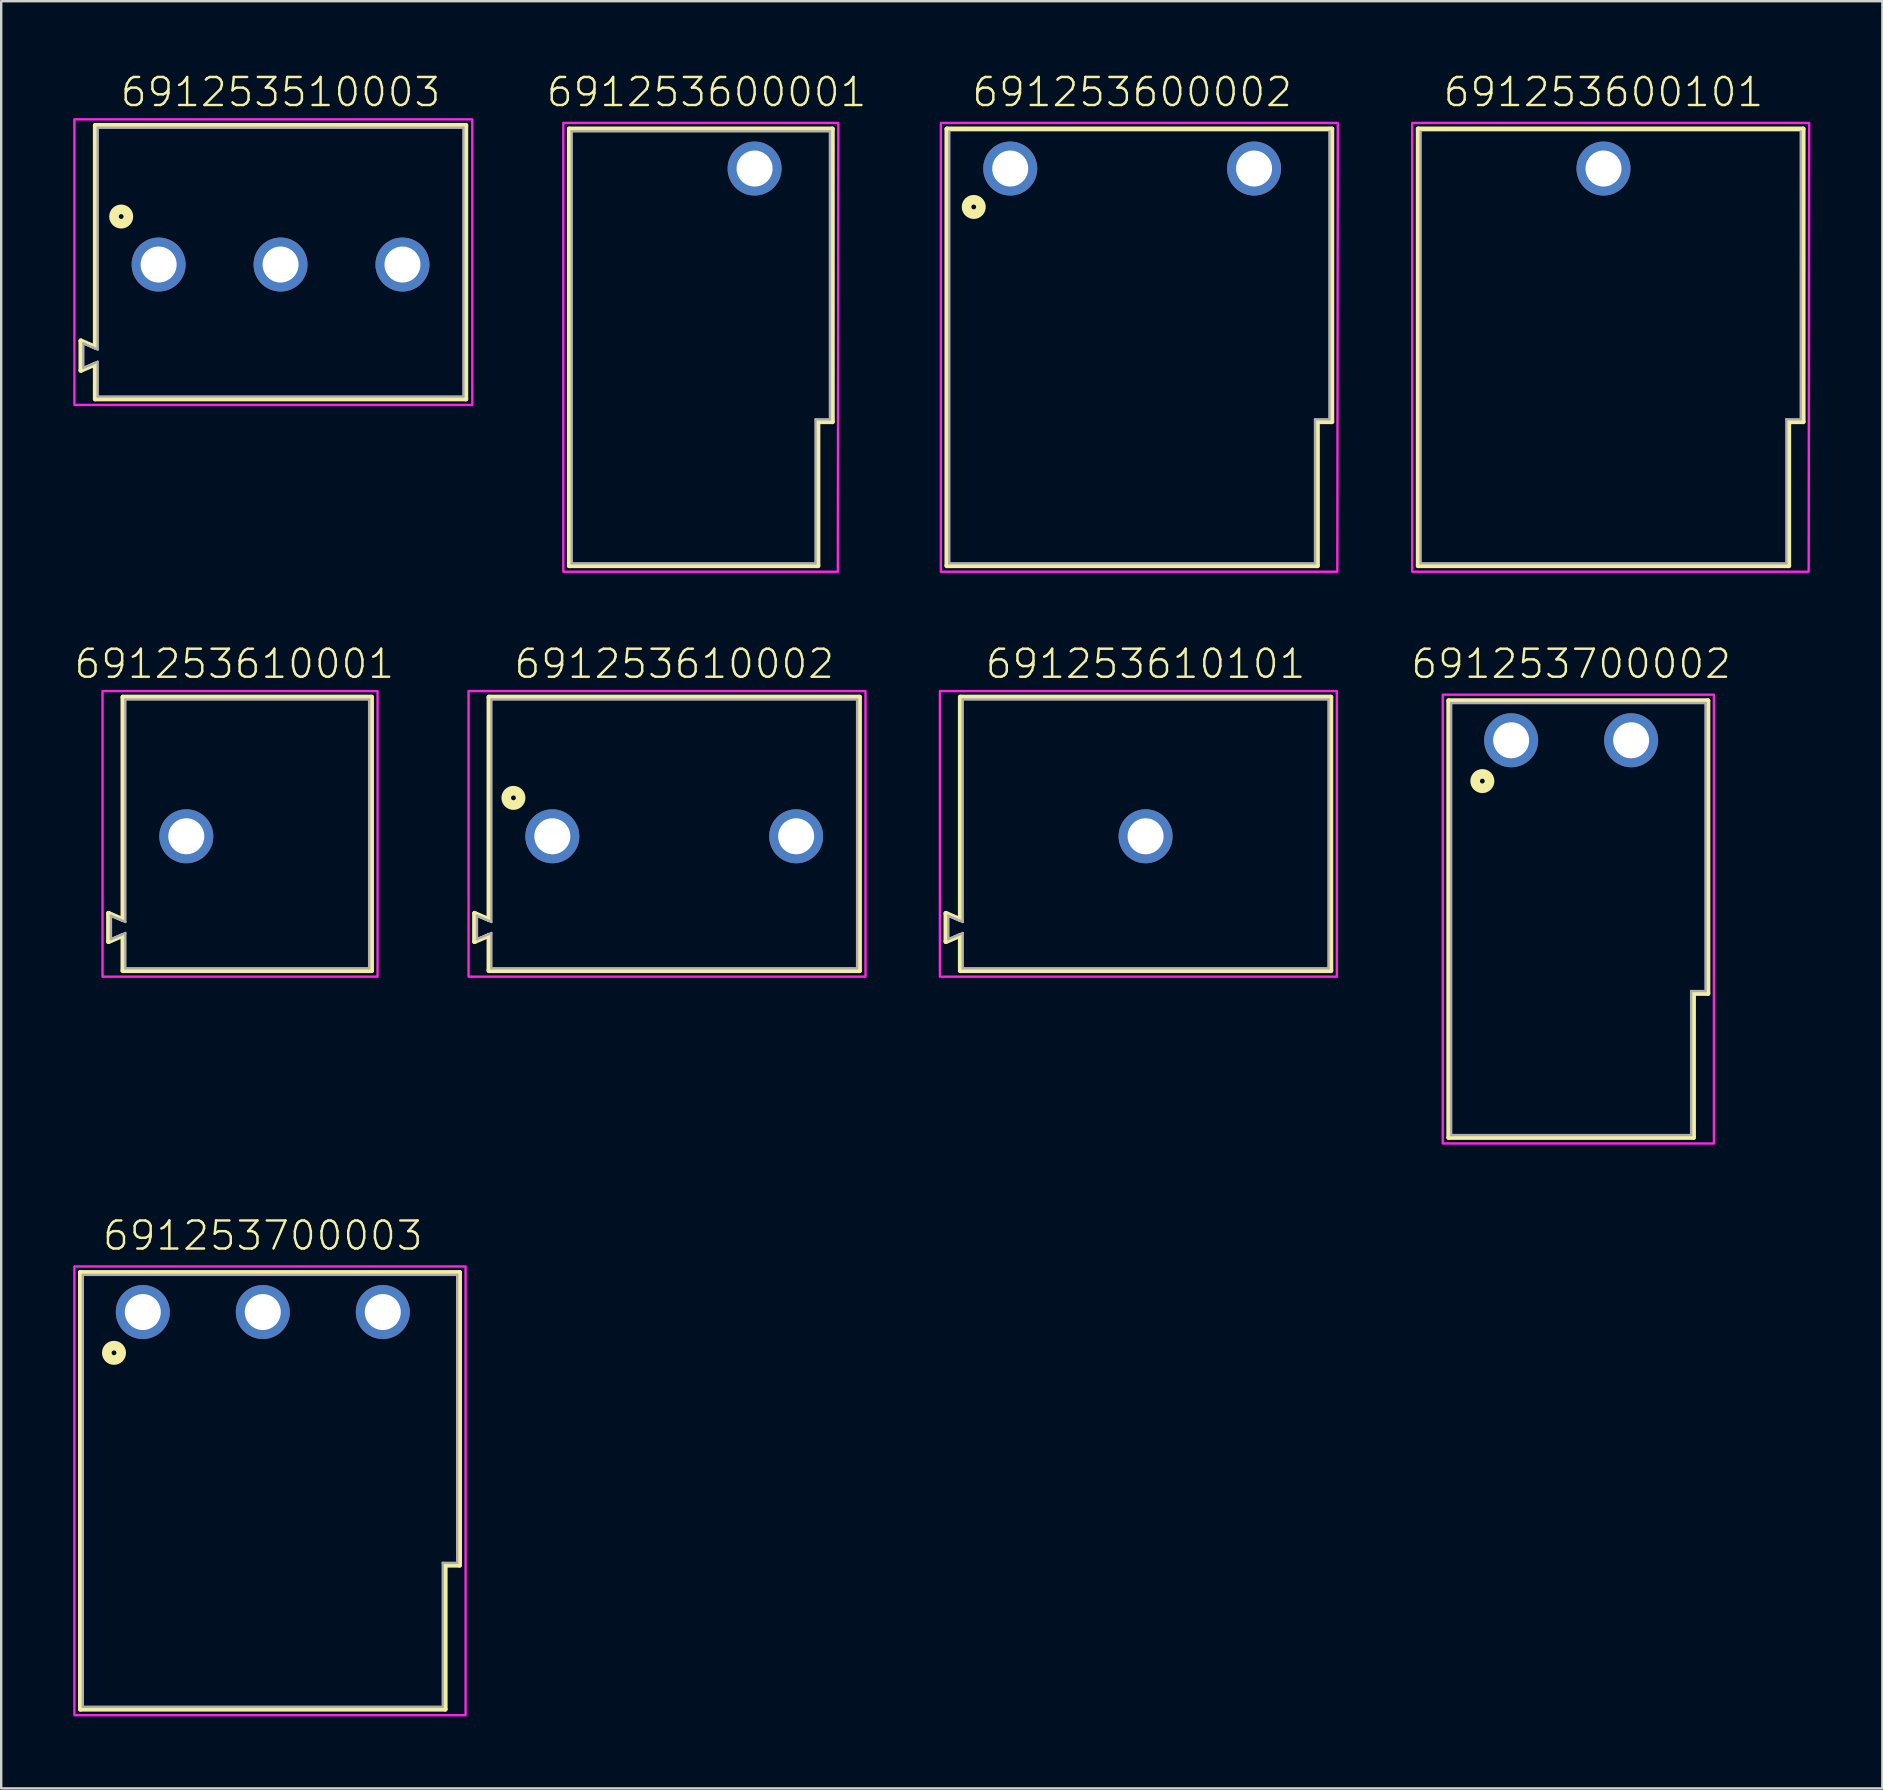
<source format=kicad_pcb>
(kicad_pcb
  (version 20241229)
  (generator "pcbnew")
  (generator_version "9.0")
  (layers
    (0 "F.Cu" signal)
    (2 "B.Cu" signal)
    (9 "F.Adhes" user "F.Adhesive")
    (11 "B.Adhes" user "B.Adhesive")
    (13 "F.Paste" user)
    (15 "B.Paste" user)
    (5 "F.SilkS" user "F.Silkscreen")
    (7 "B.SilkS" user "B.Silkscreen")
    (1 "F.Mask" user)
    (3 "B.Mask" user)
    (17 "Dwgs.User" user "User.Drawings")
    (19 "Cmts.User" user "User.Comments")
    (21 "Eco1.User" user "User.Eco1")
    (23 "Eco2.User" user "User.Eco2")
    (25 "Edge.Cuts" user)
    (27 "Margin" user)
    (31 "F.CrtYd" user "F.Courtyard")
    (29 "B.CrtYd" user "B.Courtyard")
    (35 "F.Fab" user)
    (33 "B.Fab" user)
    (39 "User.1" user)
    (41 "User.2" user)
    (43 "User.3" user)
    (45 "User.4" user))
  (footprint "691253700002"
    (layer "F.Cu")
    (at 62.416 27.796)
    (property "Reference" "691253700002" (at 0 -2.5 0) (unlocked yes) (layer "F.SilkS") (effects (font (size 1.168 1.168) (thickness 0.102)) (justify bottom)))
    (fp_line (start -5.1 -1.65) (end 5.7 -1.65) (stroke (width 0.2) (type solid)) (layer "F.SilkS"))
    (fp_line (start -5.1 16.55) (end -5.1 -1.65) (stroke (width 0.2) (type solid)) (layer "F.SilkS"))
    (fp_line (start 5.1 10.55) (end 5.1 16.55) (stroke (width 0.2) (type solid)) (layer "F.SilkS"))
    (fp_line (start 5.1 16.55) (end -5.1 16.55) (stroke (width 0.2) (type solid)) (layer "F.SilkS"))
    (fp_line (start 5.7 -1.65) (end 5.7 10.55) (stroke (width 0.2) (type solid)) (layer "F.SilkS"))
    (fp_line (start 5.7 10.55) (end 5.1 10.55) (stroke (width 0.2) (type solid)) (layer "F.SilkS"))
    (fp_circle (center -3.7 1.7) (end -3.6 1.7) (stroke (width 0.4) (type solid)) (fill no) (layer "F.SilkS"))
    (fp_poly (pts (xy 5.95 16.8) (xy -5.35 16.8) (xy -5.35 -1.9) (xy 5.95 -1.9)) (stroke (width 0.1) (type default)) (fill no) (layer "F.CrtYd"))
    (fp_line (start -5 16.45) (end -5 -1.55) (stroke (width 0.1) (type solid)) (layer "F.Fab"))
    (fp_line (start 5 10.45) (end 5.6 10.45) (stroke (width 0.1) (type solid)) (layer "F.Fab"))
    (fp_line (start 5 16.45) (end -5 16.45) (stroke (width 0.1) (type solid)) (layer "F.Fab"))
    (fp_line (start 5 16.45) (end 5 10.45) (stroke (width 0.1) (type solid)) (layer "F.Fab"))
    (fp_line (start 5.6 -1.55) (end -5 -1.55) (stroke (width 0.1) (type solid)) (layer "F.Fab"))
    (fp_line (start 5.6 -1.55) (end 5.6 10.45) (stroke (width 0.1) (type solid)) (layer "F.Fab"))
    (pad "1" thru_hole circle (at -2.5 0 180) (size 2.25 2.25) (drill 1.5) (layers "*.Cu" "*.Mask"))
    (pad "2" thru_hole circle (at 2.5 0 180) (size 2.25 2.25) (drill 1.5) (layers "*.Cu" "*.Mask")))
  (footprint "691253600101"
    (layer "F.Cu")
    (at 63.764 3.973)
    (property "Reference" "691253600101" (at 0 -2.5 0) (unlocked yes) (layer "F.SilkS") (effects (font (size 1.168 1.168) (thickness 0.102)) (justify bottom)))
    (fp_line (start -7.72 -1.65) (end 8.32 -1.65) (stroke (width 0.2) (type solid)) (layer "F.SilkS"))
    (fp_line (start -7.72 16.55) (end -7.72 -1.65) (stroke (width 0.2) (type solid)) (layer "F.SilkS"))
    (fp_line (start 7.72 10.55) (end 7.72 16.55) (stroke (width 0.2) (type solid)) (layer "F.SilkS"))
    (fp_line (start 7.72 16.55) (end -7.72 16.55) (stroke (width 0.2) (type solid)) (layer "F.SilkS"))
    (fp_line (start 8.32 -1.65) (end 8.32 10.55) (stroke (width 0.2) (type solid)) (layer "F.SilkS"))
    (fp_line (start 8.32 10.55) (end 7.72 10.55) (stroke (width 0.2) (type solid)) (layer "F.SilkS"))
    (fp_poly (pts (xy 8.55 16.8) (xy -7.97 16.8) (xy -7.97 -1.9) (xy 8.57 -1.9)) (stroke (width 0.1) (type default)) (fill no) (layer "F.CrtYd"))
    (fp_line (start -7.62 16.45) (end -7.62 -1.55) (stroke (width 0.1) (type solid)) (layer "F.Fab"))
    (fp_line (start 7.62 10.45) (end 8.22 10.45) (stroke (width 0.1) (type solid)) (layer "F.Fab"))
    (fp_line (start 7.62 16.45) (end -7.62 16.45) (stroke (width 0.1) (type solid)) (layer "F.Fab"))
    (fp_line (start 7.62 16.45) (end 7.62 10.45) (stroke (width 0.1) (type solid)) (layer "F.Fab"))
    (fp_line (start 8.22 10.45) (end 8.22 -1.55) (stroke (width 0.1) (type solid)) (layer "F.Fab"))
    (pad "1" thru_hole circle (at 0 0 180) (size 2.25 2.25) (drill 1.5) (layers "*.Cu" "*.Mask")))
  (footprint "691253510003"
    (layer "F.Cu")
    (at 8.64 7.973)
    (property "Reference" "691253510003" (at 0 -6.5 0) (unlocked yes) (layer "F.SilkS") (effects (font (size 1.168 1.168) (thickness 0.102)) (justify bottom)))
    (fp_line (start -8.32 3.18) (end -7.72 3.44) (stroke (width 0.2) (type solid)) (layer "F.SilkS"))
    (fp_line (start -8.32 4.41) (end -8.32 3.18) (stroke (width 0.2) (type solid)) (layer "F.SilkS"))
    (fp_line (start -7.72 -5.8) (end 7.72 -5.8) (stroke (width 0.2) (type solid)) (layer "F.SilkS"))
    (fp_line (start -7.72 3.44) (end -7.72 -5.8) (stroke (width 0.2) (type solid)) (layer "F.SilkS"))
    (fp_line (start -7.72 4.15) (end -8.32 4.41) (stroke (width 0.2) (type solid)) (layer "F.SilkS"))
    (fp_line (start -7.72 5.6) (end -7.72 4.15) (stroke (width 0.2) (type solid)) (layer "F.SilkS"))
    (fp_line (start 7.72 -5.8) (end 7.72 5.6) (stroke (width 0.2) (type solid)) (layer "F.SilkS"))
    (fp_line (start 7.72 5.6) (end -7.72 5.6) (stroke (width 0.2) (type solid)) (layer "F.SilkS"))
    (fp_circle (center -6.64 -2) (end -6.54 -2) (stroke (width 0.4) (type solid)) (fill no) (layer "F.SilkS"))
    (fp_poly (pts (xy 7.99 5.85) (xy -8.59 5.85) (xy -8.59 -6.05) (xy 7.99 -6.05)) (stroke (width 0.1) (type default)) (fill no) (layer "F.CrtYd"))
    (fp_line (start -8.22 3.28) (end -8.22 4.31) (stroke (width 0.1) (type solid)) (layer "F.Fab"))
    (fp_line (start -8.22 3.28) (end -7.62 3.54) (stroke (width 0.1) (type solid)) (layer "F.Fab"))
    (fp_line (start -8.22 4.31) (end -7.62 4.05) (stroke (width 0.1) (type solid)) (layer "F.Fab"))
    (fp_line (start -7.62 -5.7) (end -7.62 3.54) (stroke (width 0.1) (type solid)) (layer "F.Fab"))
    (fp_line (start -7.62 -5.7) (end 7.62 -5.7) (stroke (width 0.1) (type solid)) (layer "F.Fab"))
    (fp_line (start -7.62 4.05) (end -7.62 5.5) (stroke (width 0.1) (type solid)) (layer "F.Fab"))
    (fp_line (start -7.62 5.5) (end 7.62 5.5) (stroke (width 0.1) (type solid)) (layer "F.Fab"))
    (fp_line (start 7.62 -5.7) (end 7.62 5.5) (stroke (width 0.1) (type solid)) (layer "F.Fab"))
    (pad "1" thru_hole circle (at -5.08 0) (size 2.25 2.25) (drill 1.5) (layers "*.Cu" "*.Mask"))
    (pad "2" thru_hole circle (at 0 0) (size 2.25 2.25) (drill 1.5) (layers "*.Cu" "*.Mask"))
    (pad "3" thru_hole circle (at 5.08 0) (size 2.25 2.25) (drill 1.5) (layers "*.Cu" "*.Mask")))
  (footprint "691253610001"
    (layer "F.Cu")
    (at 4.712 31.796)
    (property "Reference" "691253610001" (at 2 -6.5 0) (unlocked yes) (layer "F.SilkS") (effects (font (size 1.168 1.168) (thickness 0.102)) (justify bottom)))
    (fp_line (start -3.24 3.21) (end -2.64 3.47) (stroke (width 0.2) (type solid)) (layer "F.SilkS"))
    (fp_line (start -3.24 4.39) (end -3.24 3.21) (stroke (width 0.2) (type solid)) (layer "F.SilkS"))
    (fp_line (start -2.64 -5.8) (end 7.72 -5.8) (stroke (width 0.2) (type solid)) (layer "F.SilkS"))
    (fp_line (start -2.64 3.47) (end -2.64 -5.8) (stroke (width 0.2) (type solid)) (layer "F.SilkS"))
    (fp_line (start -2.64 4.131) (end -3.24 4.39) (stroke (width 0.2) (type solid)) (layer "F.SilkS"))
    (fp_line (start -2.64 5.6) (end -2.64 4.131) (stroke (width 0.2) (type solid)) (layer "F.SilkS"))
    (fp_line (start 7.72 -5.8) (end 7.72 5.6) (stroke (width 0.2) (type solid)) (layer "F.SilkS"))
    (fp_line (start 7.72 5.6) (end -2.64 5.6) (stroke (width 0.2) (type solid)) (layer "F.SilkS"))
    (fp_poly (pts (xy 7.97 5.85) (xy -3.49 5.85) (xy -3.49 -6.05) (xy 7.97 -6.05)) (stroke (width 0.1) (type default)) (fill no) (layer "F.CrtYd"))
    (fp_line (start -3.14 3.31) (end -3.14 4.29) (stroke (width 0.1) (type solid)) (layer "F.Fab"))
    (fp_line (start -3.14 3.31) (end -2.54 3.57) (stroke (width 0.1) (type solid)) (layer "F.Fab"))
    (fp_line (start -3.14 4.29) (end -2.54 4.031) (stroke (width 0.1) (type solid)) (layer "F.Fab"))
    (fp_line (start -2.54 -5.7) (end -2.54 3.57) (stroke (width 0.1) (type solid)) (layer "F.Fab"))
    (fp_line (start -2.54 -5.7) (end 7.62 -5.7) (stroke (width 0.1) (type solid)) (layer "F.Fab"))
    (fp_line (start -2.54 4.031) (end -2.54 5.5) (stroke (width 0.1) (type solid)) (layer "F.Fab"))
    (fp_line (start -2.54 5.5) (end 7.62 5.5) (stroke (width 0.1) (type solid)) (layer "F.Fab"))
    (fp_line (start 7.62 -5.7) (end 7.62 5.5) (stroke (width 0.1) (type solid)) (layer "F.Fab"))
    (pad "1" thru_hole circle (at 0 0) (size 2.25 2.25) (drill 1.5) (layers "*.Cu" "*.Mask")))
  (footprint "691253600001"
    (layer "F.Cu")
    (at 28.392 3.973)
    (property "Reference" "691253600001" (at -2 -2.5 0) (unlocked yes) (layer "F.SilkS") (effects (font (size 1.168 1.168) (thickness 0.102)) (justify bottom)))
    (fp_line (start -7.72 -1.65) (end 3.24 -1.65) (stroke (width 0.2) (type solid)) (layer "F.SilkS"))
    (fp_line (start -7.72 16.55) (end -7.72 -1.65) (stroke (width 0.2) (type solid)) (layer "F.SilkS"))
    (fp_line (start 2.64 10.55) (end 2.64 16.55) (stroke (width 0.2) (type solid)) (layer "F.SilkS"))
    (fp_line (start 2.64 16.55) (end -7.72 16.55) (stroke (width 0.2) (type solid)) (layer "F.SilkS"))
    (fp_line (start 3.24 -1.65) (end 3.24 10.55) (stroke (width 0.2) (type solid)) (layer "F.SilkS"))
    (fp_line (start 3.24 10.55) (end 2.64 10.55) (stroke (width 0.2) (type solid)) (layer "F.SilkS"))
    (fp_poly (pts (xy 3.47 16.8) (xy -7.97 16.8) (xy -7.97 -1.9) (xy 3.49 -1.9)) (stroke (width 0.1) (type default)) (fill no) (layer "F.CrtYd"))
    (fp_line (start -7.62 16.45) (end -7.62 -1.55) (stroke (width 0.1) (type solid)) (layer "F.Fab"))
    (fp_line (start 2.54 10.45) (end 3.14 10.45) (stroke (width 0.1) (type solid)) (layer "F.Fab"))
    (fp_line (start 2.54 16.45) (end -7.62 16.45) (stroke (width 0.1) (type solid)) (layer "F.Fab"))
    (fp_line (start 2.54 16.45) (end 2.54 10.45) (stroke (width 0.1) (type solid)) (layer "F.Fab"))
    (fp_line (start 3.14 -1.55) (end -7.62 -1.55) (stroke (width 0.1) (type solid)) (layer "F.Fab"))
    (fp_line (start 3.14 10.45) (end 3.14 -1.55) (stroke (width 0.1) (type solid)) (layer "F.Fab"))
    (pad "1" thru_hole circle (at 0 0 180) (size 2.25 2.25) (drill 1.5) (layers "*.Cu" "*.Mask")))
  (footprint "691253610101"
    (layer "F.Cu")
    (at 44.684 31.796)
    (property "Reference" "691253610101" (at 0 -6.5 0) (unlocked yes) (layer "F.SilkS") (effects (font (size 1.168 1.168) (thickness 0.102)) (justify bottom)))
    (fp_line (start -8.32 3.21) (end -7.72 3.47) (stroke (width 0.2) (type solid)) (layer "F.SilkS"))
    (fp_line (start -8.32 4.39) (end -8.32 3.21) (stroke (width 0.2) (type solid)) (layer "F.SilkS"))
    (fp_line (start -7.72 -5.8) (end 7.72 -5.8) (stroke (width 0.2) (type solid)) (layer "F.SilkS"))
    (fp_line (start -7.72 3.47) (end -7.72 -5.8) (stroke (width 0.2) (type solid)) (layer "F.SilkS"))
    (fp_line (start -7.72 4.131) (end -8.32 4.39) (stroke (width 0.2) (type solid)) (layer "F.SilkS"))
    (fp_line (start -7.72 5.6) (end -7.72 4.131) (stroke (width 0.2) (type solid)) (layer "F.SilkS"))
    (fp_line (start 7.72 -5.8) (end 7.72 5.6) (stroke (width 0.2) (type solid)) (layer "F.SilkS"))
    (fp_line (start 7.72 5.6) (end -7.72 5.6) (stroke (width 0.2) (type solid)) (layer "F.SilkS"))
    (fp_poly (pts (xy 7.97 5.85) (xy -8.57 5.85) (xy -8.57 -6.05) (xy 7.97 -6.05)) (stroke (width 0.1) (type default)) (fill no) (layer "F.CrtYd"))
    (fp_line (start -8.22 3.31) (end -8.22 4.29) (stroke (width 0.1) (type solid)) (layer "F.Fab"))
    (fp_line (start -8.22 3.31) (end -7.62 3.57) (stroke (width 0.1) (type solid)) (layer "F.Fab"))
    (fp_line (start -8.22 4.29) (end -7.62 4.031) (stroke (width 0.1) (type solid)) (layer "F.Fab"))
    (fp_line (start -7.62 -5.7) (end -7.62 3.57) (stroke (width 0.1) (type solid)) (layer "F.Fab"))
    (fp_line (start -7.62 -5.7) (end 7.62 -5.7) (stroke (width 0.1) (type solid)) (layer "F.Fab"))
    (fp_line (start -7.62 4.031) (end -7.62 5.5) (stroke (width 0.1) (type solid)) (layer "F.Fab"))
    (fp_line (start -7.62 5.5) (end 7.62 5.5) (stroke (width 0.1) (type solid)) (layer "F.Fab"))
    (fp_line (start 7.62 -5.7) (end 7.62 5.5) (stroke (width 0.1) (type solid)) (layer "F.Fab"))
    (pad "1" thru_hole circle (at 0 0) (size 2.25 2.25) (drill 1.5) (layers "*.Cu" "*.Mask")))
  (footprint "691253600002"
    (layer "F.Cu")
    (at 44.124 3.973)
    (property "Reference" "691253600002" (at 0 -2.5 0) (unlocked yes) (layer "F.SilkS") (effects (font (size 1.168 1.168) (thickness 0.102)) (justify bottom)))
    (fp_line (start -7.72 -1.65) (end 8.32 -1.65) (stroke (width 0.2) (type solid)) (layer "F.SilkS"))
    (fp_line (start -7.72 16.55) (end -7.72 -1.65) (stroke (width 0.2) (type solid)) (layer "F.SilkS"))
    (fp_line (start 7.72 10.55) (end 7.72 16.55) (stroke (width 0.2) (type solid)) (layer "F.SilkS"))
    (fp_line (start 7.72 16.55) (end -7.72 16.55) (stroke (width 0.2) (type solid)) (layer "F.SilkS"))
    (fp_line (start 8.32 -1.65) (end 8.32 10.55) (stroke (width 0.2) (type solid)) (layer "F.SilkS"))
    (fp_line (start 8.32 10.55) (end 7.72 10.55) (stroke (width 0.2) (type solid)) (layer "F.SilkS"))
    (fp_circle (center -6.6 1.6) (end -6.5 1.6) (stroke (width 0.4) (type solid)) (fill no) (layer "F.SilkS"))
    (fp_poly (pts (xy 8.55 16.8) (xy -7.97 16.8) (xy -7.97 -1.9) (xy 8.57 -1.9)) (stroke (width 0.1) (type default)) (fill no) (layer "F.CrtYd"))
    (fp_line (start -7.62 16.45) (end -7.62 -1.55) (stroke (width 0.1) (type solid)) (layer "F.Fab"))
    (fp_line (start 7.62 10.45) (end 8.22 10.45) (stroke (width 0.1) (type solid)) (layer "F.Fab"))
    (fp_line (start 7.62 16.45) (end -7.62 16.45) (stroke (width 0.1) (type solid)) (layer "F.Fab"))
    (fp_line (start 7.62 16.45) (end 7.62 10.45) (stroke (width 0.1) (type solid)) (layer "F.Fab"))
    (fp_line (start 8.22 10.45) (end 8.22 -1.55) (stroke (width 0.1) (type solid)) (layer "F.Fab"))
    (pad "1" thru_hole circle (at -5.08 0 180) (size 2.25 2.25) (drill 1.5) (layers "*.Cu" "*.Mask"))
    (pad "2" thru_hole circle (at 5.08 0 180) (size 2.25 2.25) (drill 1.5) (layers "*.Cu" "*.Mask")))
  (footprint "691253610002"
    (layer "F.Cu")
    (at 25.044 31.796)
    (property "Reference" "691253610002" (at 0 -6.5 0) (unlocked yes) (layer "F.SilkS") (effects (font (size 1.168 1.168) (thickness 0.102)) (justify bottom)))
    (fp_line (start -8.32 3.21) (end -7.72 3.47) (stroke (width 0.2) (type solid)) (layer "F.SilkS"))
    (fp_line (start -8.32 4.39) (end -8.32 3.21) (stroke (width 0.2) (type solid)) (layer "F.SilkS"))
    (fp_line (start -7.72 -5.8) (end 7.72 -5.8) (stroke (width 0.2) (type solid)) (layer "F.SilkS"))
    (fp_line (start -7.72 3.47) (end -7.72 -5.8) (stroke (width 0.2) (type solid)) (layer "F.SilkS"))
    (fp_line (start -7.72 4.131) (end -8.32 4.39) (stroke (width 0.2) (type solid)) (layer "F.SilkS"))
    (fp_line (start -7.72 5.6) (end -7.72 4.131) (stroke (width 0.2) (type solid)) (layer "F.SilkS"))
    (fp_line (start 7.72 -5.8) (end 7.72 5.6) (stroke (width 0.2) (type solid)) (layer "F.SilkS"))
    (fp_line (start 7.72 5.6) (end -7.72 5.6) (stroke (width 0.2) (type solid)) (layer "F.SilkS"))
    (fp_circle (center -6.7 -1.6) (end -6.6 -1.6) (stroke (width 0.4) (type solid)) (fill no) (layer "F.SilkS"))
    (fp_poly (pts (xy 7.97 5.85) (xy -8.57 5.85) (xy -8.57 -6.05) (xy 7.97 -6.05)) (stroke (width 0.1) (type default)) (fill no) (layer "F.CrtYd"))
    (fp_line (start -8.22 3.31) (end -8.22 4.29) (stroke (width 0.1) (type solid)) (layer "F.Fab"))
    (fp_line (start -8.22 3.31) (end -7.62 3.57) (stroke (width 0.1) (type solid)) (layer "F.Fab"))
    (fp_line (start -8.22 4.29) (end -7.62 4.031) (stroke (width 0.1) (type solid)) (layer "F.Fab"))
    (fp_line (start -7.62 -5.7) (end -7.62 3.57) (stroke (width 0.1) (type solid)) (layer "F.Fab"))
    (fp_line (start -7.62 -5.7) (end 7.62 -5.7) (stroke (width 0.1) (type solid)) (layer "F.Fab"))
    (fp_line (start -7.62 4.031) (end -7.62 5.5) (stroke (width 0.1) (type solid)) (layer "F.Fab"))
    (fp_line (start -7.62 5.5) (end 7.62 5.5) (stroke (width 0.1) (type solid)) (layer "F.Fab"))
    (fp_line (start 7.62 -5.7) (end 7.62 5.5) (stroke (width 0.1) (type solid)) (layer "F.Fab"))
    (pad "1" thru_hole circle (at -5.08 0) (size 2.25 2.25) (drill 1.5) (layers "*.Cu" "*.Mask"))
    (pad "2" thru_hole circle (at 5.08 0) (size 2.25 2.25) (drill 1.5) (layers "*.Cu" "*.Mask")))
  (footprint "691253700003"
    (layer "F.Cu")
    (at 7.9 51.62)
    (property "Reference" "691253700003" (at 0 -2.5 0) (unlocked yes) (layer "F.SilkS") (effects (font (size 1.168 1.168) (thickness 0.102)) (justify bottom)))
    (fp_line (start -7.6 -1.65) (end 8.2 -1.65) (stroke (width 0.2) (type solid)) (layer "F.SilkS"))
    (fp_line (start -7.6 16.55) (end -7.6 -1.65) (stroke (width 0.2) (type solid)) (layer "F.SilkS"))
    (fp_line (start 7.6 10.55) (end 7.6 16.55) (stroke (width 0.2) (type solid)) (layer "F.SilkS"))
    (fp_line (start 7.6 16.55) (end -7.6 16.55) (stroke (width 0.2) (type solid)) (layer "F.SilkS"))
    (fp_line (start 8.2 -1.65) (end 8.2 10.55) (stroke (width 0.2) (type solid)) (layer "F.SilkS"))
    (fp_line (start 8.2 10.55) (end 7.6 10.55) (stroke (width 0.2) (type solid)) (layer "F.SilkS"))
    (fp_circle (center -6.2 1.7) (end -6.1 1.7) (stroke (width 0.4) (type solid)) (fill no) (layer "F.SilkS"))
    (fp_poly (pts (xy 8.45 16.8) (xy -7.85 16.8) (xy -7.85 -1.9) (xy 8.45 -1.9)) (stroke (width 0.1) (type default)) (fill no) (layer "F.CrtYd"))
    (fp_line (start -7.5 16.45) (end -7.5 -1.55) (stroke (width 0.1) (type solid)) (layer "F.Fab"))
    (fp_line (start 7.5 10.45) (end 8.1 10.45) (stroke (width 0.1) (type solid)) (layer "F.Fab"))
    (fp_line (start 7.5 16.45) (end -7.5 16.45) (stroke (width 0.1) (type solid)) (layer "F.Fab"))
    (fp_line (start 7.5 16.45) (end 7.5 10.45) (stroke (width 0.1) (type solid)) (layer "F.Fab"))
    (fp_line (start 8.1 -1.55) (end -7.5 -1.55) (stroke (width 0.1) (type solid)) (layer "F.Fab"))
    (fp_line (start 8.1 -1.55) (end 8.1 10.45) (stroke (width 0.1) (type solid)) (layer "F.Fab"))
    (pad "1" thru_hole circle (at -5 0 180) (size 2.25 2.25) (drill 1.5) (layers "*.Cu" "*.Mask"))
    (pad "2" thru_hole circle (at 0 0 180) (size 2.25 2.25) (drill 1.5) (layers "*.Cu" "*.Mask"))
    (pad "3" thru_hole circle (at 5 0 180) (size 2.25 2.25) (drill 1.5) (layers "*.Cu" "*.Mask")))
  (gr_rect
    (start -3 -3)
    (end 75.384 71.47)
    (stroke (width 0.1) (type default))
    (fill no)
    (layer "Edge.Cuts")))
</source>
